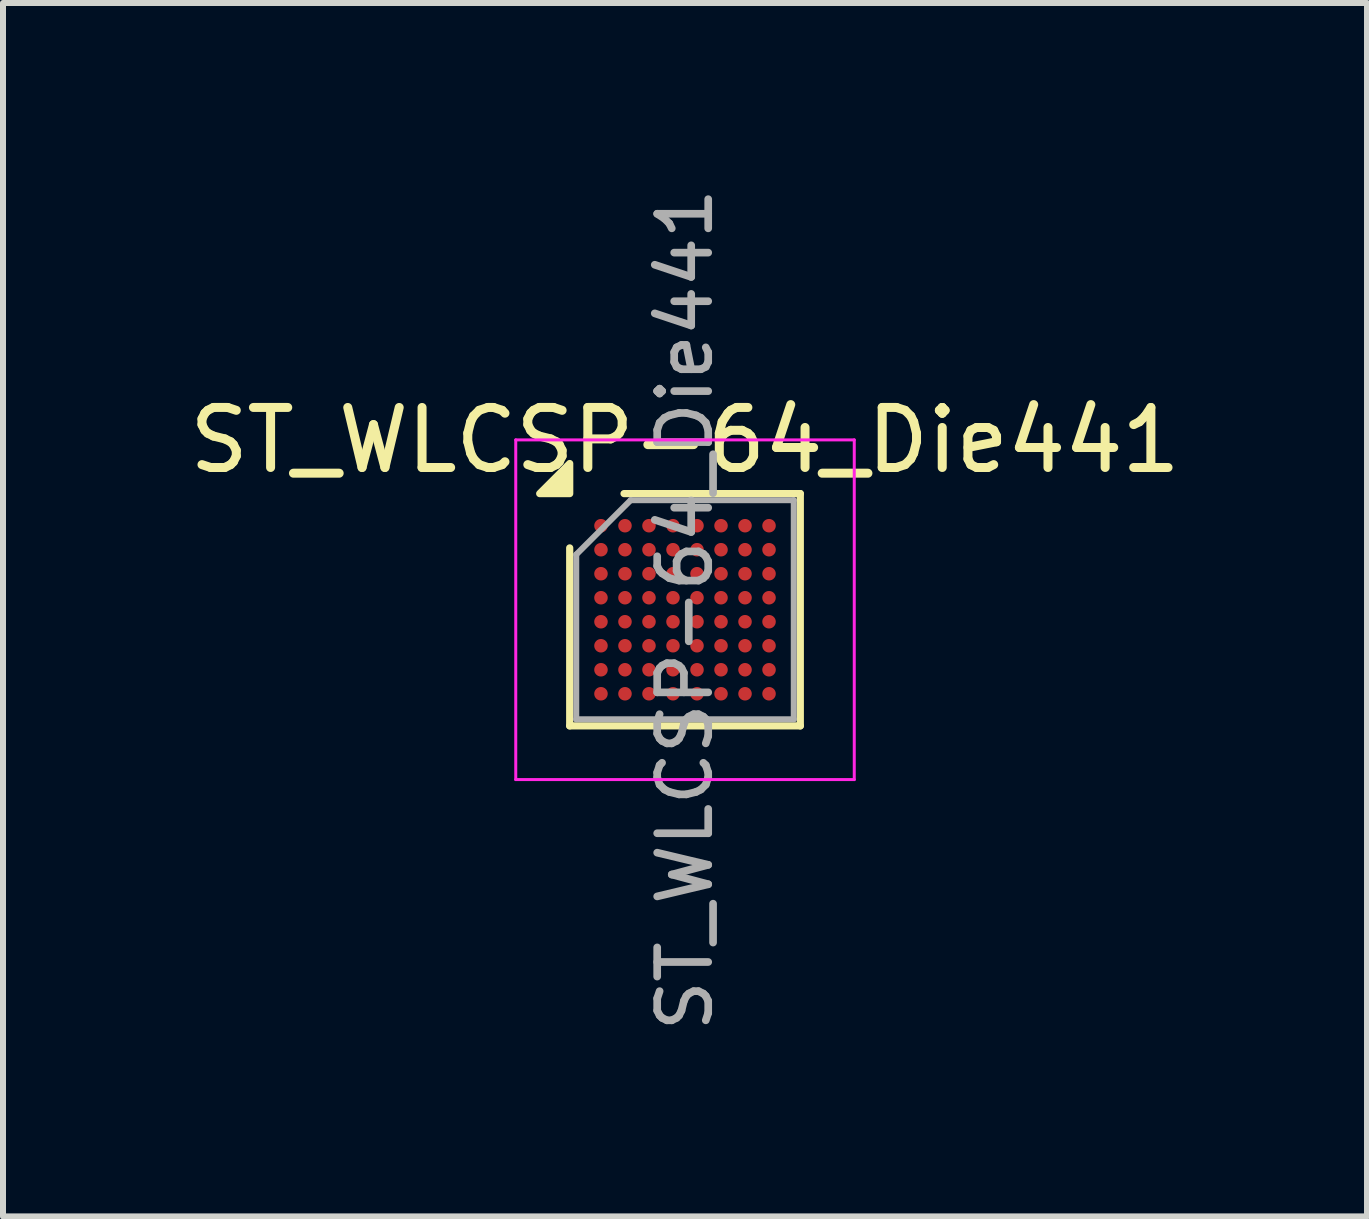
<source format=kicad_pcb>
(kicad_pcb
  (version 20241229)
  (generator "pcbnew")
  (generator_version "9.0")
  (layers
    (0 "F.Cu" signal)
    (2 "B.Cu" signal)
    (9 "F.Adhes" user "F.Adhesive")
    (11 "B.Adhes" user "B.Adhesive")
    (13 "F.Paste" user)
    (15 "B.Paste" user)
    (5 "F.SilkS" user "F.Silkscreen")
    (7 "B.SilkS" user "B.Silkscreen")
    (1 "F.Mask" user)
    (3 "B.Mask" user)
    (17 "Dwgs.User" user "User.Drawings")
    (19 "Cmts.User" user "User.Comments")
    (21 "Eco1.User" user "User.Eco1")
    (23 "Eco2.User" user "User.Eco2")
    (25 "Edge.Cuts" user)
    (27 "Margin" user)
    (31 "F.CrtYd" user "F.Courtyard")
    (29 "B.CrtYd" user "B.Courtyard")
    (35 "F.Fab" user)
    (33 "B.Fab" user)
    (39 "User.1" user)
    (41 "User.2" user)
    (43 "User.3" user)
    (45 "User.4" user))
  (footprint "ST_WLCSP-64_Die441"
    (layer "F.Cu")
    (at 8.363 7.109)
    (property "Reference" "ST_WLCSP-64_Die441" (at 0 -2.825 0) (layer "F.SilkS") (effects (font (size 1 1) (thickness 0.15))))
    (attr smd)
    (fp_line (start -1.921 1.935) (end -1.921 -1.03) (stroke (width 0.12) (type solid)) (layer "F.SilkS"))
    (fp_line (start -1.016 -1.935) (end 1.921 -1.935) (stroke (width 0.12) (type solid)) (layer "F.SilkS"))
    (fp_line (start 1.921 -1.935) (end 1.921 1.935) (stroke (width 0.12) (type solid)) (layer "F.SilkS"))
    (fp_line (start 1.921 1.935) (end -1.921 1.935) (stroke (width 0.12) (type solid)) (layer "F.SilkS"))
    (fp_poly (pts (xy -1.921 -1.935) (xy -2.421 -1.935) (xy -1.921 -2.436) (xy -1.921 -1.935)) (stroke (width 0.12) (type solid)) (fill yes) (layer "F.SilkS"))
    (fp_line (start -2.82 -2.83) (end -2.82 2.83) (stroke (width 0.05) (type solid)) (layer "F.CrtYd"))
    (fp_line (start -2.82 2.83) (end 2.82 2.83) (stroke (width 0.05) (type solid)) (layer "F.CrtYd"))
    (fp_line (start 2.82 -2.83) (end -2.82 -2.83) (stroke (width 0.05) (type solid)) (layer "F.CrtYd"))
    (fp_line (start 2.82 2.83) (end 2.82 -2.83) (stroke (width 0.05) (type solid)) (layer "F.CrtYd"))
    (fp_line (start -1.812 -0.92) (end -0.906 -1.825) (stroke (width 0.1) (type solid)) (layer "F.Fab"))
    (fp_line (start -1.812 1.825) (end -1.812 -0.92) (stroke (width 0.1) (type solid)) (layer "F.Fab"))
    (fp_line (start -0.906 -1.825) (end 1.812 -1.825) (stroke (width 0.1) (type solid)) (layer "F.Fab"))
    (fp_line (start 1.812 -1.825) (end 1.812 1.825) (stroke (width 0.1) (type solid)) (layer "F.Fab"))
    (fp_line (start 1.812 1.825) (end -1.812 1.825) (stroke (width 0.1) (type solid)) (layer "F.Fab"))
    (fp_text user "${REFERENCE}" (at 0 0 270) (layer "F.Fab") (effects (font (size 0.85 0.85) (thickness 0.128))))
    (pad "A1" smd circle (at -1.4 -1.4) (size 0.225 0.225) (property pad_prop_bga) (layers "F.Cu" "F.Mask" "F.Paste"))
    (pad "A2" smd circle (at -1 -1.4) (size 0.225 0.225) (property pad_prop_bga) (layers "F.Cu" "F.Mask" "F.Paste"))
    (pad "A3" smd circle (at -0.6 -1.4) (size 0.225 0.225) (property pad_prop_bga) (layers "F.Cu" "F.Mask" "F.Paste"))
    (pad "A4" smd circle (at -0.2 -1.4) (size 0.225 0.225) (property pad_prop_bga) (layers "F.Cu" "F.Mask" "F.Paste"))
    (pad "A5" smd circle (at 0.2 -1.4) (size 0.225 0.225) (property pad_prop_bga) (layers "F.Cu" "F.Mask" "F.Paste"))
    (pad "A6" smd circle (at 0.6 -1.4) (size 0.225 0.225) (property pad_prop_bga) (layers "F.Cu" "F.Mask" "F.Paste"))
    (pad "A7" smd circle (at 1 -1.4) (size 0.225 0.225) (property pad_prop_bga) (layers "F.Cu" "F.Mask" "F.Paste"))
    (pad "A8" smd circle (at 1.4 -1.4) (size 0.225 0.225) (property pad_prop_bga) (layers "F.Cu" "F.Mask" "F.Paste"))
    (pad "B1" smd circle (at -1.4 -1) (size 0.225 0.225) (property pad_prop_bga) (layers "F.Cu" "F.Mask" "F.Paste"))
    (pad "B2" smd circle (at -1 -1) (size 0.225 0.225) (property pad_prop_bga) (layers "F.Cu" "F.Mask" "F.Paste"))
    (pad "B3" smd circle (at -0.6 -1) (size 0.225 0.225) (property pad_prop_bga) (layers "F.Cu" "F.Mask" "F.Paste"))
    (pad "B4" smd circle (at -0.2 -1) (size 0.225 0.225) (property pad_prop_bga) (layers "F.Cu" "F.Mask" "F.Paste"))
    (pad "B5" smd circle (at 0.2 -1) (size 0.225 0.225) (property pad_prop_bga) (layers "F.Cu" "F.Mask" "F.Paste"))
    (pad "B6" smd circle (at 0.6 -1) (size 0.225 0.225) (property pad_prop_bga) (layers "F.Cu" "F.Mask" "F.Paste"))
    (pad "B7" smd circle (at 1 -1) (size 0.225 0.225) (property pad_prop_bga) (layers "F.Cu" "F.Mask" "F.Paste"))
    (pad "B8" smd circle (at 1.4 -1) (size 0.225 0.225) (property pad_prop_bga) (layers "F.Cu" "F.Mask" "F.Paste"))
    (pad "C1" smd circle (at -1.4 -0.6) (size 0.225 0.225) (property pad_prop_bga) (layers "F.Cu" "F.Mask" "F.Paste"))
    (pad "C2" smd circle (at -1 -0.6) (size 0.225 0.225) (property pad_prop_bga) (layers "F.Cu" "F.Mask" "F.Paste"))
    (pad "C3" smd circle (at -0.6 -0.6) (size 0.225 0.225) (property pad_prop_bga) (layers "F.Cu" "F.Mask" "F.Paste"))
    (pad "C4" smd circle (at -0.2 -0.6) (size 0.225 0.225) (property pad_prop_bga) (layers "F.Cu" "F.Mask" "F.Paste"))
    (pad "C5" smd circle (at 0.2 -0.6) (size 0.225 0.225) (property pad_prop_bga) (layers "F.Cu" "F.Mask" "F.Paste"))
    (pad "C6" smd circle (at 0.6 -0.6) (size 0.225 0.225) (property pad_prop_bga) (layers "F.Cu" "F.Mask" "F.Paste"))
    (pad "C7" smd circle (at 1 -0.6) (size 0.225 0.225) (property pad_prop_bga) (layers "F.Cu" "F.Mask" "F.Paste"))
    (pad "C8" smd circle (at 1.4 -0.6) (size 0.225 0.225) (property pad_prop_bga) (layers "F.Cu" "F.Mask" "F.Paste"))
    (pad "D1" smd circle (at -1.4 -0.2) (size 0.225 0.225) (property pad_prop_bga) (layers "F.Cu" "F.Mask" "F.Paste"))
    (pad "D2" smd circle (at -1 -0.2) (size 0.225 0.225) (property pad_prop_bga) (layers "F.Cu" "F.Mask" "F.Paste"))
    (pad "D3" smd circle (at -0.6 -0.2) (size 0.225 0.225) (property pad_prop_bga) (layers "F.Cu" "F.Mask" "F.Paste"))
    (pad "D4" smd circle (at -0.2 -0.2) (size 0.225 0.225) (property pad_prop_bga) (layers "F.Cu" "F.Mask" "F.Paste"))
    (pad "D5" smd circle (at 0.2 -0.2) (size 0.225 0.225) (property pad_prop_bga) (layers "F.Cu" "F.Mask" "F.Paste"))
    (pad "D6" smd circle (at 0.6 -0.2) (size 0.225 0.225) (property pad_prop_bga) (layers "F.Cu" "F.Mask" "F.Paste"))
    (pad "D7" smd circle (at 1 -0.2) (size 0.225 0.225) (property pad_prop_bga) (layers "F.Cu" "F.Mask" "F.Paste"))
    (pad "D8" smd circle (at 1.4 -0.2) (size 0.225 0.225) (property pad_prop_bga) (layers "F.Cu" "F.Mask" "F.Paste"))
    (pad "E1" smd circle (at -1.4 0.2) (size 0.225 0.225) (property pad_prop_bga) (layers "F.Cu" "F.Mask" "F.Paste"))
    (pad "E2" smd circle (at -1 0.2) (size 0.225 0.225) (property pad_prop_bga) (layers "F.Cu" "F.Mask" "F.Paste"))
    (pad "E3" smd circle (at -0.6 0.2) (size 0.225 0.225) (property pad_prop_bga) (layers "F.Cu" "F.Mask" "F.Paste"))
    (pad "E4" smd circle (at -0.2 0.2) (size 0.225 0.225) (property pad_prop_bga) (layers "F.Cu" "F.Mask" "F.Paste"))
    (pad "E5" smd circle (at 0.2 0.2) (size 0.225 0.225) (property pad_prop_bga) (layers "F.Cu" "F.Mask" "F.Paste"))
    (pad "E6" smd circle (at 0.6 0.2) (size 0.225 0.225) (property pad_prop_bga) (layers "F.Cu" "F.Mask" "F.Paste"))
    (pad "E7" smd circle (at 1 0.2) (size 0.225 0.225) (property pad_prop_bga) (layers "F.Cu" "F.Mask" "F.Paste"))
    (pad "E8" smd circle (at 1.4 0.2) (size 0.225 0.225) (property pad_prop_bga) (layers "F.Cu" "F.Mask" "F.Paste"))
    (pad "F1" smd circle (at -1.4 0.6) (size 0.225 0.225) (property pad_prop_bga) (layers "F.Cu" "F.Mask" "F.Paste"))
    (pad "F2" smd circle (at -1 0.6) (size 0.225 0.225) (property pad_prop_bga) (layers "F.Cu" "F.Mask" "F.Paste"))
    (pad "F3" smd circle (at -0.6 0.6) (size 0.225 0.225) (property pad_prop_bga) (layers "F.Cu" "F.Mask" "F.Paste"))
    (pad "F4" smd circle (at -0.2 0.6) (size 0.225 0.225) (property pad_prop_bga) (layers "F.Cu" "F.Mask" "F.Paste"))
    (pad "F5" smd circle (at 0.2 0.6) (size 0.225 0.225) (property pad_prop_bga) (layers "F.Cu" "F.Mask" "F.Paste"))
    (pad "F6" smd circle (at 0.6 0.6) (size 0.225 0.225) (property pad_prop_bga) (layers "F.Cu" "F.Mask" "F.Paste"))
    (pad "F7" smd circle (at 1 0.6) (size 0.225 0.225) (property pad_prop_bga) (layers "F.Cu" "F.Mask" "F.Paste"))
    (pad "F8" smd circle (at 1.4 0.6) (size 0.225 0.225) (property pad_prop_bga) (layers "F.Cu" "F.Mask" "F.Paste"))
    (pad "G1" smd circle (at -1.4 1) (size 0.225 0.225) (property pad_prop_bga) (layers "F.Cu" "F.Mask" "F.Paste"))
    (pad "G2" smd circle (at -1 1) (size 0.225 0.225) (property pad_prop_bga) (layers "F.Cu" "F.Mask" "F.Paste"))
    (pad "G3" smd circle (at -0.6 1) (size 0.225 0.225) (property pad_prop_bga) (layers "F.Cu" "F.Mask" "F.Paste"))
    (pad "G4" smd circle (at -0.2 1) (size 0.225 0.225) (property pad_prop_bga) (layers "F.Cu" "F.Mask" "F.Paste"))
    (pad "G5" smd circle (at 0.2 1) (size 0.225 0.225) (property pad_prop_bga) (layers "F.Cu" "F.Mask" "F.Paste"))
    (pad "G6" smd circle (at 0.6 1) (size 0.225 0.225) (property pad_prop_bga) (layers "F.Cu" "F.Mask" "F.Paste"))
    (pad "G7" smd circle (at 1 1) (size 0.225 0.225) (property pad_prop_bga) (layers "F.Cu" "F.Mask" "F.Paste"))
    (pad "G8" smd circle (at 1.4 1) (size 0.225 0.225) (property pad_prop_bga) (layers "F.Cu" "F.Mask" "F.Paste"))
    (pad "H1" smd circle (at -1.4 1.4) (size 0.225 0.225) (property pad_prop_bga) (layers "F.Cu" "F.Mask" "F.Paste"))
    (pad "H2" smd circle (at -1 1.4) (size 0.225 0.225) (property pad_prop_bga) (layers "F.Cu" "F.Mask" "F.Paste"))
    (pad "H3" smd circle (at -0.6 1.4) (size 0.225 0.225) (property pad_prop_bga) (layers "F.Cu" "F.Mask" "F.Paste"))
    (pad "H4" smd circle (at -0.2 1.4) (size 0.225 0.225) (property pad_prop_bga) (layers "F.Cu" "F.Mask" "F.Paste"))
    (pad "H5" smd circle (at 0.2 1.4) (size 0.225 0.225) (property pad_prop_bga) (layers "F.Cu" "F.Mask" "F.Paste"))
    (pad "H6" smd circle (at 0.6 1.4) (size 0.225 0.225) (property pad_prop_bga) (layers "F.Cu" "F.Mask" "F.Paste"))
    (pad "H7" smd circle (at 1 1.4) (size 0.225 0.225) (property pad_prop_bga) (layers "F.Cu" "F.Mask" "F.Paste"))
    (pad "H8" smd circle (at 1.4 1.4) (size 0.225 0.225) (property pad_prop_bga) (layers "F.Cu" "F.Mask" "F.Paste")))
  (gr_rect
    (start -3 -3)
    (end 19.726 17.217)
    (stroke (width 0.1) (type default))
    (fill no)
    (layer "Edge.Cuts")))
</source>
